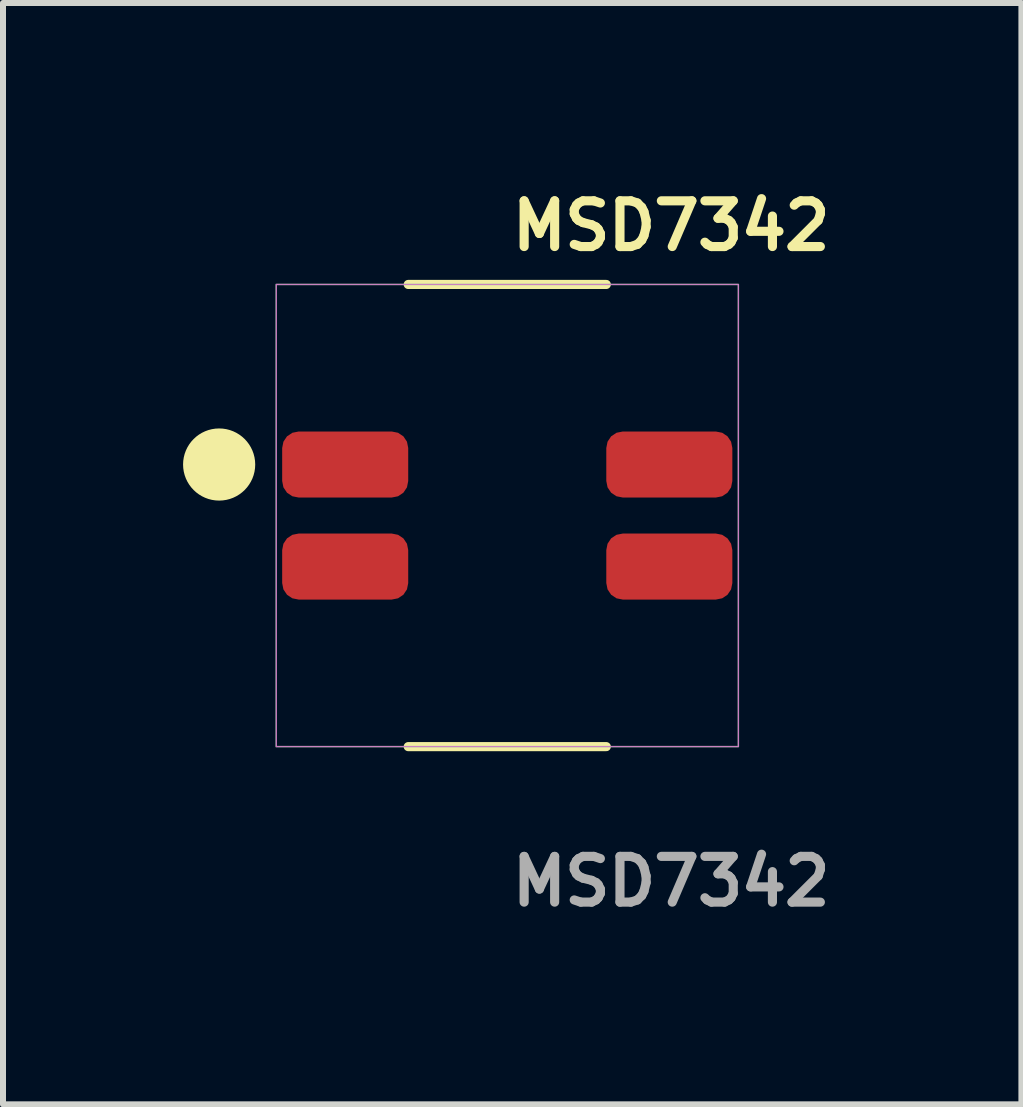
<source format=kicad_pcb>
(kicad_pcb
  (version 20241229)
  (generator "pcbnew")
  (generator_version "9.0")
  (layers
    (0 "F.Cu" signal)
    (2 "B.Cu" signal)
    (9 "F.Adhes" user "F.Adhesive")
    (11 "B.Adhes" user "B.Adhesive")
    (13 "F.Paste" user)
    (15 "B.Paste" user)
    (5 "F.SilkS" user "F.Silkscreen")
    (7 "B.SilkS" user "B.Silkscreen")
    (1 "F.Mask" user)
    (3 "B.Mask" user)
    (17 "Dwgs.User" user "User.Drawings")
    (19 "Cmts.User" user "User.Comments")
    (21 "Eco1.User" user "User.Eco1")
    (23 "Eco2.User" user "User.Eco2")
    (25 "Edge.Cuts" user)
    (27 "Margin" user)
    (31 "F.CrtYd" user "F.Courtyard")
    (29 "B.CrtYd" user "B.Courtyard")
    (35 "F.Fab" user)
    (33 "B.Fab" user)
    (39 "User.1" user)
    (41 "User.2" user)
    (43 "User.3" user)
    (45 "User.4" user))
  (footprint "MSD7342"
    (layer "F.Cu")
    (at 5.401 5.539)
    (property "Reference" "MSD7342" (at 0 -4.826 0) (unlocked yes) (layer "F.SilkS") (effects (font (size 0.762 0.762) (thickness 0.152)) (justify left)))
    (fp_line (start 1.65 -3.85) (end -1.65 -3.85) (stroke (width 0.152) (type solid)) (layer "F.SilkS"))
    (fp_line (start 1.65 3.85) (end -1.65 3.85) (stroke (width 0.152) (type solid)) (layer "F.SilkS"))
    (fp_circle (center -4.8 -0.85) (end -5.325 -0.85) (stroke (width 0.152) (type solid)) (fill yes) (layer "F.SilkS"))
    (fp_rect (start -3.85 -3.85) (end 3.85 3.85) (stroke (width 0.006) (type solid)) (fill no) (layer "F.CrtYd"))
    (fp_rect (start -3.85 -3.85) (end 3.85 3.85) (stroke (width 0.025) (type default)) (fill no) (layer "F.Fab"))
    (fp_text user "${REFERENCE}" (at 0 6.096 0) (unlocked yes) (layer "F.Fab") (effects (font (size 0.762 0.762) (thickness 0.152)) (justify left)))
    (pad "1" smd roundrect (at -2.7 -0.85) (size 2.1 1.1) (layers "F.Cu" "F.Mask" "F.Paste") (roundrect_rratio 0.25))
    (pad "2" smd roundrect (at -2.7 0.85) (size 2.1 1.1) (layers "F.Cu" "F.Mask" "F.Paste") (roundrect_rratio 0.25))
    (pad "3" smd roundrect (at 2.7 0.85) (size 2.1 1.1) (layers "F.Cu" "F.Mask" "F.Paste") (roundrect_rratio 0.25))
    (pad "4" smd roundrect (at 2.7 -0.85) (size 2.1 1.1) (layers "F.Cu" "F.Mask" "F.Paste") (roundrect_rratio 0.25)))
  (gr_rect
    (start -3 -3)
    (end 13.967 15.348)
    (stroke (width 0.1) (type default))
    (fill no)
    (layer "Edge.Cuts")))
</source>
